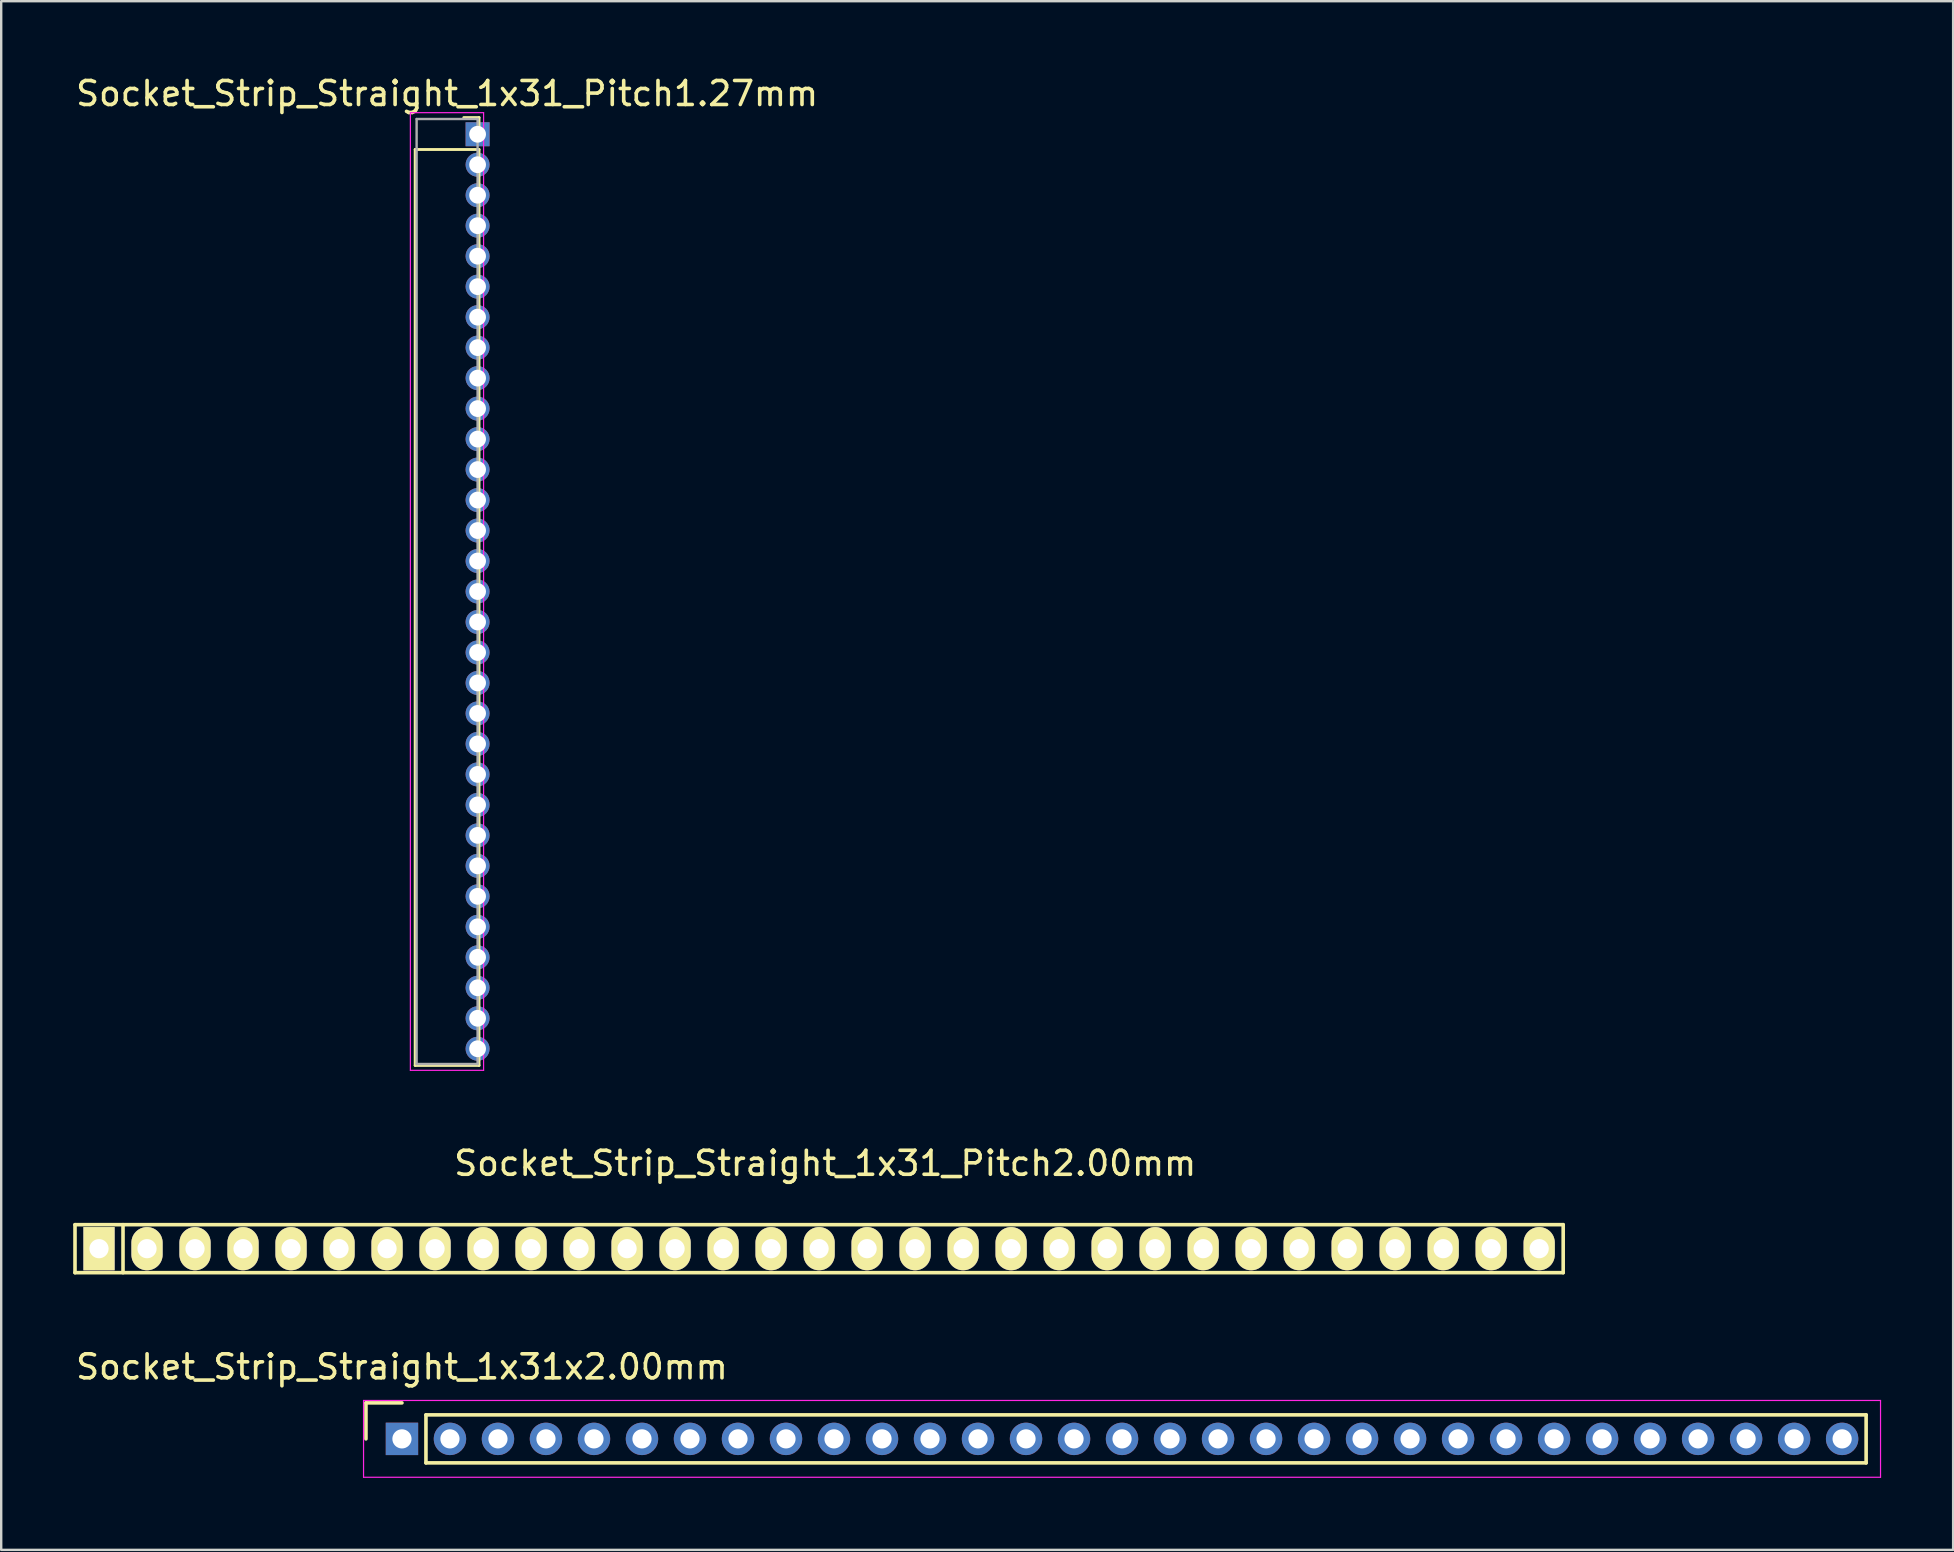
<source format=kicad_pcb>
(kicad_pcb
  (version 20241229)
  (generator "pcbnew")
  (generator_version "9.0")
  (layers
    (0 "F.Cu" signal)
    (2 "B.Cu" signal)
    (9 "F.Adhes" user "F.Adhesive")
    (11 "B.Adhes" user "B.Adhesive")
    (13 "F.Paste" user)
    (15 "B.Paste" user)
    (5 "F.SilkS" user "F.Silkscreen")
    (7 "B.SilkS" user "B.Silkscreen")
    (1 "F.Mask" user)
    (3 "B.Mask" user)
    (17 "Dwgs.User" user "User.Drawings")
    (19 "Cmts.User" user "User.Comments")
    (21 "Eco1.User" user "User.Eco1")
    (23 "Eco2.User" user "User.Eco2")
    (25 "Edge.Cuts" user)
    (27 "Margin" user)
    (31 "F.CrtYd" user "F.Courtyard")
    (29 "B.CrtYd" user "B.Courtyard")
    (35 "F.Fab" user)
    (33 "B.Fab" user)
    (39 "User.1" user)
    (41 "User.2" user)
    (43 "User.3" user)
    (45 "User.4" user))
  (footprint "Socket_Strip_Straight_1x31_Pitch2.00mm"
    (layer "F.Cu")
    (at 31.075 48.972)
    (property "Reference" "Socket_Strip_Straight_1x31_Pitch2.00mm" (at 0.254 -3.556 0) (layer "F.SilkS") (effects (font (size 1 1) (thickness 0.15))))
    (attr through_hole)
    (fp_line (start -31 -1) (end 31 -1) (stroke (width 0.15) (type solid)) (layer "F.SilkS"))
    (fp_line (start -31 1) (end -31 -1) (stroke (width 0.15) (type solid)) (layer "F.SilkS"))
    (fp_line (start -29 -1) (end -29 1) (stroke (width 0.15) (type solid)) (layer "F.SilkS"))
    (fp_line (start 31 -1) (end 31 1) (stroke (width 0.15) (type solid)) (layer "F.SilkS"))
    (fp_line (start 31 1) (end -31 1) (stroke (width 0.15) (type solid)) (layer "F.SilkS"))
    (pad "1" thru_hole rect (at -30 0) (size 1.3 1.8) (drill 0.8) (layers "*.Cu" "*.Mask" "F.SilkS"))
    (pad "2" thru_hole oval (at -28 0) (size 1.3 1.8) (drill 0.8) (layers "*.Cu" "*.Mask" "F.SilkS"))
    (pad "3" thru_hole oval (at -26 0) (size 1.3 1.8) (drill 0.8) (layers "*.Cu" "*.Mask" "F.SilkS"))
    (pad "4" thru_hole oval (at -24 0) (size 1.3 1.8) (drill 0.8) (layers "*.Cu" "*.Mask" "F.SilkS"))
    (pad "5" thru_hole oval (at -22 0) (size 1.3 1.8) (drill 0.8) (layers "*.Cu" "*.Mask" "F.SilkS"))
    (pad "6" thru_hole oval (at -20 0) (size 1.3 1.8) (drill 0.8) (layers "*.Cu" "*.Mask" "F.SilkS"))
    (pad "7" thru_hole oval (at -18 0) (size 1.3 1.8) (drill 0.8) (layers "*.Cu" "*.Mask" "F.SilkS"))
    (pad "8" thru_hole oval (at -16 0) (size 1.3 1.8) (drill 0.8) (layers "*.Cu" "*.Mask" "F.SilkS"))
    (pad "9" thru_hole oval (at -14 0) (size 1.3 1.8) (drill 0.8) (layers "*.Cu" "*.Mask" "F.SilkS"))
    (pad "10" thru_hole oval (at -12 0) (size 1.3 1.8) (drill 0.8) (layers "*.Cu" "*.Mask" "F.SilkS"))
    (pad "11" thru_hole oval (at -10 0) (size 1.3 1.8) (drill 0.8) (layers "*.Cu" "*.Mask" "F.SilkS"))
    (pad "12" thru_hole oval (at -8 0) (size 1.3 1.8) (drill 0.8) (layers "*.Cu" "*.Mask" "F.SilkS"))
    (pad "13" thru_hole oval (at -6 0) (size 1.3 1.8) (drill 0.8) (layers "*.Cu" "*.Mask" "F.SilkS"))
    (pad "14" thru_hole oval (at -4 0) (size 1.3 1.8) (drill 0.8) (layers "*.Cu" "*.Mask" "F.SilkS"))
    (pad "15" thru_hole oval (at -2 0) (size 1.3 1.8) (drill 0.8) (layers "*.Cu" "*.Mask" "F.SilkS"))
    (pad "16" thru_hole oval (at 0 0) (size 1.3 1.8) (drill 0.8) (layers "*.Cu" "*.Mask" "F.SilkS"))
    (pad "17" thru_hole oval (at 2 0) (size 1.3 1.8) (drill 0.8) (layers "*.Cu" "*.Mask" "F.SilkS"))
    (pad "18" thru_hole oval (at 4 0) (size 1.3 1.8) (drill 0.8) (layers "*.Cu" "*.Mask" "F.SilkS"))
    (pad "19" thru_hole oval (at 6 0) (size 1.3 1.8) (drill 0.8) (layers "*.Cu" "*.Mask" "F.SilkS"))
    (pad "20" thru_hole oval (at 8 0) (size 1.3 1.8) (drill 0.8) (layers "*.Cu" "*.Mask" "F.SilkS"))
    (pad "21" thru_hole oval (at 10 0) (size 1.3 1.8) (drill 0.8) (layers "*.Cu" "*.Mask" "F.SilkS"))
    (pad "22" thru_hole oval (at 12 0) (size 1.3 1.8) (drill 0.8) (layers "*.Cu" "*.Mask" "F.SilkS"))
    (pad "23" thru_hole oval (at 14 0) (size 1.3 1.8) (drill 0.8) (layers "*.Cu" "*.Mask" "F.SilkS"))
    (pad "24" thru_hole oval (at 16 0) (size 1.3 1.8) (drill 0.8) (layers "*.Cu" "*.Mask" "F.SilkS"))
    (pad "25" thru_hole oval (at 18 0) (size 1.3 1.8) (drill 0.8) (layers "*.Cu" "*.Mask" "F.SilkS"))
    (pad "26" thru_hole oval (at 20 0) (size 1.3 1.8) (drill 0.8) (layers "*.Cu" "*.Mask" "F.SilkS"))
    (pad "27" thru_hole oval (at 22 0) (size 1.3 1.8) (drill 0.8) (layers "*.Cu" "*.Mask" "F.SilkS"))
    (pad "28" thru_hole oval (at 24 0) (size 1.3 1.8) (drill 0.8) (layers "*.Cu" "*.Mask" "F.SilkS"))
    (pad "29" thru_hole oval (at 26 0) (size 1.3 1.8) (drill 0.8) (layers "*.Cu" "*.Mask" "F.SilkS"))
    (pad "30" thru_hole oval (at 28 0) (size 1.3 1.8) (drill 0.8) (layers "*.Cu" "*.Mask" "F.SilkS"))
    (pad "31" thru_hole oval (at 30 0) (size 1.3 1.8) (drill 0.8) (layers "*.Cu" "*.Mask" "F.SilkS")))
  (footprint "Socket_Strip_Straight_1x31x2.00mm"
    (layer "F.Cu")
    (at 13.696 56.896)
    (property "Reference" "Socket_Strip_Straight_1x31x2.00mm" (at 0 -3 0) (layer "F.SilkS") (effects (font (size 1 1) (thickness 0.15))))
    (attr through_hole)
    (fp_line (start -1.5 -1.5) (end -1.5 0) (stroke (width 0.15) (type solid)) (layer "F.SilkS"))
    (fp_line (start 0 -1.5) (end -1.5 -1.5) (stroke (width 0.15) (type solid)) (layer "F.SilkS"))
    (fp_line (start 1 -1) (end 1 1) (stroke (width 0.15) (type solid)) (layer "F.SilkS"))
    (fp_line (start 1 1) (end 61 1) (stroke (width 0.15) (type solid)) (layer "F.SilkS"))
    (fp_line (start 61 -1) (end 1 -1) (stroke (width 0.15) (type solid)) (layer "F.SilkS"))
    (fp_line (start 61 1) (end 61 -1) (stroke (width 0.15) (type solid)) (layer "F.SilkS"))
    (fp_line (start -1.6 -1.6) (end -1.6 1.6) (stroke (width 0.05) (type solid)) (layer "F.CrtYd"))
    (fp_line (start -1.6 1.6) (end 61.6 1.6) (stroke (width 0.05) (type solid)) (layer "F.CrtYd"))
    (fp_line (start 61.6 -1.6) (end -1.6 -1.6) (stroke (width 0.05) (type solid)) (layer "F.CrtYd"))
    (fp_line (start 61.6 1.6) (end 61.6 -1.6) (stroke (width 0.05) (type solid)) (layer "F.CrtYd"))
    (pad "1" thru_hole rect (at 0 0) (size 1.35 1.35) (drill 0.8) (layers "*.Cu" "*.Mask"))
    (pad "2" thru_hole circle (at 2 0) (size 1.35 1.35) (drill 0.8) (layers "*.Cu" "*.Mask"))
    (pad "3" thru_hole circle (at 4 0) (size 1.35 1.35) (drill 0.8) (layers "*.Cu" "*.Mask"))
    (pad "4" thru_hole circle (at 6 0) (size 1.35 1.35) (drill 0.8) (layers "*.Cu" "*.Mask"))
    (pad "5" thru_hole circle (at 8 0) (size 1.35 1.35) (drill 0.8) (layers "*.Cu" "*.Mask"))
    (pad "6" thru_hole circle (at 10 0) (size 1.35 1.35) (drill 0.8) (layers "*.Cu" "*.Mask"))
    (pad "7" thru_hole circle (at 12 0) (size 1.35 1.35) (drill 0.8) (layers "*.Cu" "*.Mask"))
    (pad "8" thru_hole circle (at 14 0) (size 1.35 1.35) (drill 0.8) (layers "*.Cu" "*.Mask"))
    (pad "9" thru_hole circle (at 16 0) (size 1.35 1.35) (drill 0.8) (layers "*.Cu" "*.Mask"))
    (pad "10" thru_hole circle (at 18 0) (size 1.35 1.35) (drill 0.8) (layers "*.Cu" "*.Mask"))
    (pad "11" thru_hole circle (at 20 0) (size 1.35 1.35) (drill 0.8) (layers "*.Cu" "*.Mask"))
    (pad "12" thru_hole circle (at 22 0) (size 1.35 1.35) (drill 0.8) (layers "*.Cu" "*.Mask"))
    (pad "13" thru_hole circle (at 24 0) (size 1.35 1.35) (drill 0.8) (layers "*.Cu" "*.Mask"))
    (pad "14" thru_hole circle (at 26 0) (size 1.35 1.35) (drill 0.8) (layers "*.Cu" "*.Mask"))
    (pad "15" thru_hole circle (at 28 0) (size 1.35 1.35) (drill 0.8) (layers "*.Cu" "*.Mask"))
    (pad "16" thru_hole circle (at 30 0) (size 1.35 1.35) (drill 0.8) (layers "*.Cu" "*.Mask"))
    (pad "17" thru_hole circle (at 32 0) (size 1.35 1.35) (drill 0.8) (layers "*.Cu" "*.Mask"))
    (pad "18" thru_hole circle (at 34 0) (size 1.35 1.35) (drill 0.8) (layers "*.Cu" "*.Mask"))
    (pad "19" thru_hole circle (at 36 0) (size 1.35 1.35) (drill 0.8) (layers "*.Cu" "*.Mask"))
    (pad "20" thru_hole circle (at 38 0) (size 1.35 1.35) (drill 0.8) (layers "*.Cu" "*.Mask"))
    (pad "21" thru_hole circle (at 40 0) (size 1.35 1.35) (drill 0.8) (layers "*.Cu" "*.Mask"))
    (pad "22" thru_hole circle (at 42 0) (size 1.35 1.35) (drill 0.8) (layers "*.Cu" "*.Mask"))
    (pad "23" thru_hole circle (at 44 0) (size 1.35 1.35) (drill 0.8) (layers "*.Cu" "*.Mask"))
    (pad "24" thru_hole circle (at 46 0) (size 1.35 1.35) (drill 0.8) (layers "*.Cu" "*.Mask"))
    (pad "25" thru_hole circle (at 48 0) (size 1.35 1.35) (drill 0.8) (layers "*.Cu" "*.Mask"))
    (pad "26" thru_hole circle (at 50 0) (size 1.35 1.35) (drill 0.8) (layers "*.Cu" "*.Mask"))
    (pad "27" thru_hole circle (at 52 0) (size 1.35 1.35) (drill 0.8) (layers "*.Cu" "*.Mask"))
    (pad "28" thru_hole circle (at 54 0) (size 1.35 1.35) (drill 0.8) (layers "*.Cu" "*.Mask"))
    (pad "29" thru_hole circle (at 56 0) (size 1.35 1.35) (drill 0.8) (layers "*.Cu" "*.Mask"))
    (pad "30" thru_hole circle (at 58 0) (size 1.35 1.35) (drill 0.8) (layers "*.Cu" "*.Mask"))
    (pad "31" thru_hole circle (at 60 0) (size 1.35 1.35) (drill 0.8) (layers "*.Cu" "*.Mask")))
  (footprint "Socket_Strip_Straight_1x31_Pitch1.27mm"
    (layer "F.Cu")
    (at 16.847 2.543)
    (property "Reference" "Socket_Strip_Straight_1x31_Pitch1.27mm" (at -1.27 -1.695 0) (layer "F.SilkS") (effects (font (size 1 1) (thickness 0.15))))
    (attr through_hole)
    (fp_line (start -2.6 0.635) (end -2.6 38.795) (stroke (width 0.12) (type solid)) (layer "F.SilkS"))
    (fp_line (start -2.6 38.795) (end 0.06 38.795) (stroke (width 0.12) (type solid)) (layer "F.SilkS"))
    (fp_line (start 0.06 -0.695) (end -0.575 -0.695) (stroke (width 0.12) (type solid)) (layer "F.SilkS"))
    (fp_line (start 0.06 0) (end 0.06 -0.695) (stroke (width 0.12) (type solid)) (layer "F.SilkS"))
    (fp_line (start 0.06 0.635) (end -2.6 0.635) (stroke (width 0.12) (type solid)) (layer "F.SilkS"))
    (fp_line (start 0.06 38.795) (end 0.06 0.635) (stroke (width 0.12) (type solid)) (layer "F.SilkS"))
    (fp_line (start -2.8 -0.9) (end -2.8 39) (stroke (width 0.05) (type solid)) (layer "F.CrtYd"))
    (fp_line (start -2.8 39) (end 0.25 39) (stroke (width 0.05) (type solid)) (layer "F.CrtYd"))
    (fp_line (start 0.25 -0.9) (end -2.8 -0.9) (stroke (width 0.05) (type solid)) (layer "F.CrtYd"))
    (fp_line (start 0.25 39) (end 0.25 -0.9) (stroke (width 0.05) (type solid)) (layer "F.CrtYd"))
    (fp_line (start -2.54 -0.635) (end -2.54 38.735) (stroke (width 0.1) (type solid)) (layer "F.Fab"))
    (fp_line (start -2.54 38.735) (end 0 38.735) (stroke (width 0.1) (type solid)) (layer "F.Fab"))
    (fp_line (start 0 -0.635) (end -2.54 -0.635) (stroke (width 0.1) (type solid)) (layer "F.Fab"))
    (fp_line (start 0 38.735) (end 0 -0.635) (stroke (width 0.1) (type solid)) (layer "F.Fab"))
    (pad "1" thru_hole rect (at 0 0) (size 1 1) (drill 0.7) (layers "*.Cu" "*.Mask"))
    (pad "2" thru_hole oval (at 0 1.27) (size 1 1) (drill 0.7) (layers "*.Cu" "*.Mask"))
    (pad "3" thru_hole oval (at 0 2.54) (size 1 1) (drill 0.7) (layers "*.Cu" "*.Mask"))
    (pad "4" thru_hole oval (at 0 3.81) (size 1 1) (drill 0.7) (layers "*.Cu" "*.Mask"))
    (pad "5" thru_hole oval (at 0 5.08) (size 1 1) (drill 0.7) (layers "*.Cu" "*.Mask"))
    (pad "6" thru_hole oval (at 0 6.35) (size 1 1) (drill 0.7) (layers "*.Cu" "*.Mask"))
    (pad "7" thru_hole oval (at 0 7.62) (size 1 1) (drill 0.7) (layers "*.Cu" "*.Mask"))
    (pad "8" thru_hole oval (at 0 8.89) (size 1 1) (drill 0.7) (layers "*.Cu" "*.Mask"))
    (pad "9" thru_hole oval (at 0 10.16) (size 1 1) (drill 0.7) (layers "*.Cu" "*.Mask"))
    (pad "10" thru_hole oval (at 0 11.43) (size 1 1) (drill 0.7) (layers "*.Cu" "*.Mask"))
    (pad "11" thru_hole oval (at 0 12.7) (size 1 1) (drill 0.7) (layers "*.Cu" "*.Mask"))
    (pad "12" thru_hole oval (at 0 13.97) (size 1 1) (drill 0.7) (layers "*.Cu" "*.Mask"))
    (pad "13" thru_hole oval (at 0 15.24) (size 1 1) (drill 0.7) (layers "*.Cu" "*.Mask"))
    (pad "14" thru_hole oval (at 0 16.51) (size 1 1) (drill 0.7) (layers "*.Cu" "*.Mask"))
    (pad "15" thru_hole oval (at 0 17.78) (size 1 1) (drill 0.7) (layers "*.Cu" "*.Mask"))
    (pad "16" thru_hole oval (at 0 19.05) (size 1 1) (drill 0.7) (layers "*.Cu" "*.Mask"))
    (pad "17" thru_hole oval (at 0 20.32) (size 1 1) (drill 0.7) (layers "*.Cu" "*.Mask"))
    (pad "18" thru_hole oval (at 0 21.59) (size 1 1) (drill 0.7) (layers "*.Cu" "*.Mask"))
    (pad "19" thru_hole oval (at 0 22.86) (size 1 1) (drill 0.7) (layers "*.Cu" "*.Mask"))
    (pad "20" thru_hole oval (at 0 24.13) (size 1 1) (drill 0.7) (layers "*.Cu" "*.Mask"))
    (pad "21" thru_hole oval (at 0 25.4) (size 1 1) (drill 0.7) (layers "*.Cu" "*.Mask"))
    (pad "22" thru_hole oval (at 0 26.67) (size 1 1) (drill 0.7) (layers "*.Cu" "*.Mask"))
    (pad "23" thru_hole oval (at 0 27.94) (size 1 1) (drill 0.7) (layers "*.Cu" "*.Mask"))
    (pad "24" thru_hole oval (at 0 29.21) (size 1 1) (drill 0.7) (layers "*.Cu" "*.Mask"))
    (pad "25" thru_hole oval (at 0 30.48) (size 1 1) (drill 0.7) (layers "*.Cu" "*.Mask"))
    (pad "26" thru_hole oval (at 0 31.75) (size 1 1) (drill 0.7) (layers "*.Cu" "*.Mask"))
    (pad "27" thru_hole oval (at 0 33.02) (size 1 1) (drill 0.7) (layers "*.Cu" "*.Mask"))
    (pad "28" thru_hole oval (at 0 34.29) (size 1 1) (drill 0.7) (layers "*.Cu" "*.Mask"))
    (pad "29" thru_hole oval (at 0 35.56) (size 1 1) (drill 0.7) (layers "*.Cu" "*.Mask"))
    (pad "30" thru_hole oval (at 0 36.83) (size 1 1) (drill 0.7) (layers "*.Cu" "*.Mask"))
    (pad "31" thru_hole oval (at 0 38.1) (size 1 1) (drill 0.7) (layers "*.Cu" "*.Mask")))
  (gr_rect
    (start -3 -3)
    (end 78.321 61.521)
    (stroke (width 0.1) (type default))
    (fill no)
    (layer "Edge.Cuts")))
</source>
